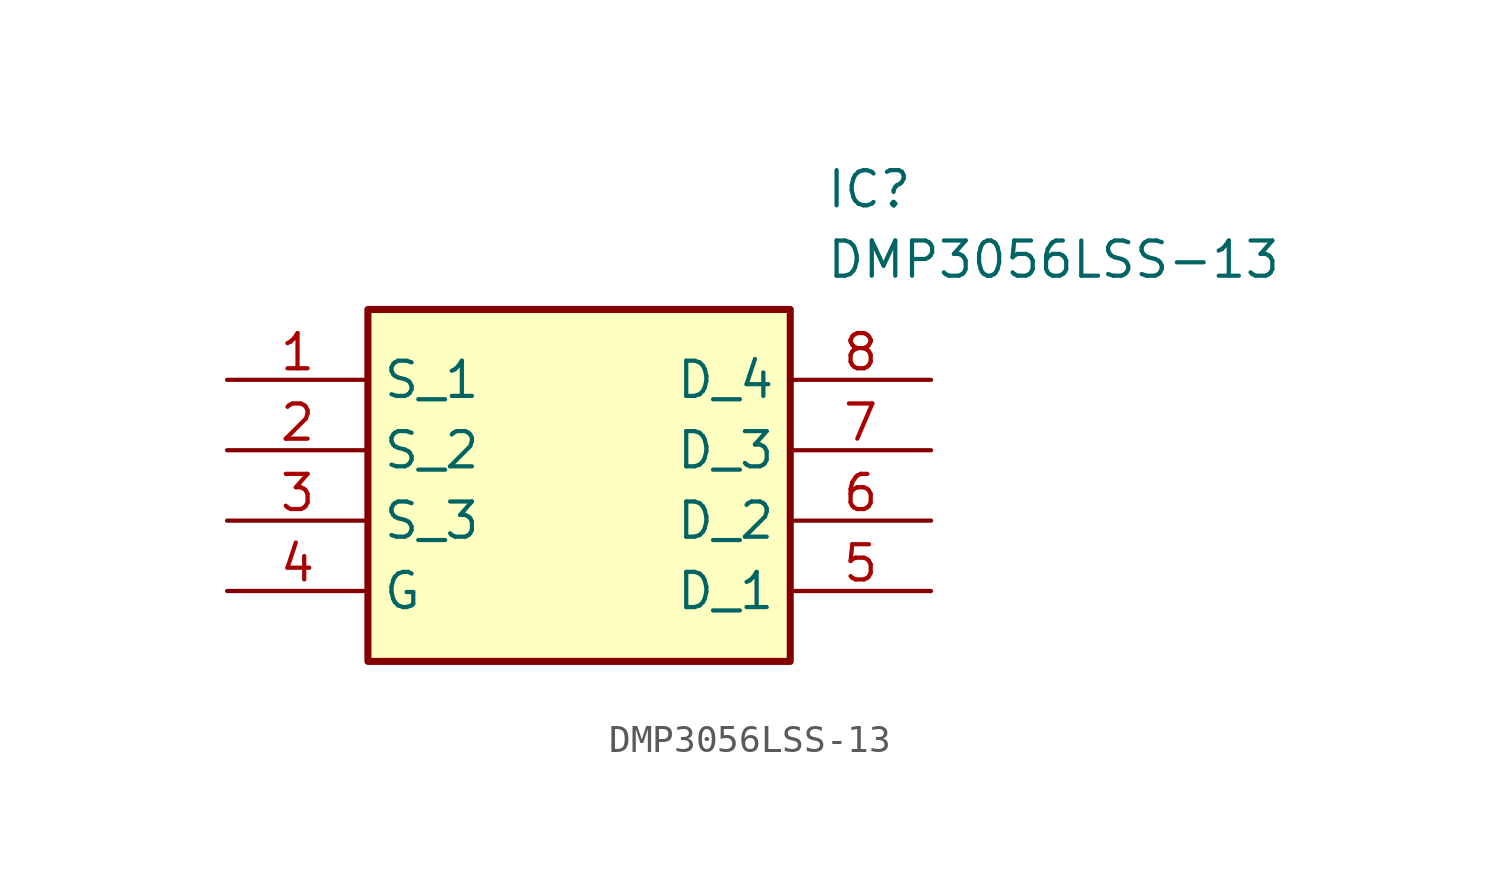
<source format=kicad_sym>
(kicad_symbol_lib
  (version 20211014)
  (generator SamacSys_ECAD_Model)
  (symbol "DMP3056LSS-13"
    (property "Reference" "IC"
      (at 21.59 7.62 0)
      (effects (font (size 1.27 1.27)) (justify left top)))
    (property "Value" "DMP3056LSS-13"
      (at 21.59 5.08 0)
      (effects (font (size 1.27 1.27)) (justify left top)))
    (rectangle
      (start 5.08 2.54)
      (end 20.32 -10.16)
      (stroke (width 0.254) (type default))
      (fill (type background)))
    (pin passive line
      (at 0 0 0)
      (length 5.08)
      (name "S_1" (effects (font (size 1.27 1.27))))
      (number "1" (effects (font (size 1.27 1.27)))))
    (pin passive line
      (at 0 -2.54 0)
      (length 5.08)
      (name "S_2" (effects (font (size 1.27 1.27))))
      (number "2" (effects (font (size 1.27 1.27)))))
    (pin passive line
      (at 0 -5.08 0)
      (length 5.08)
      (name "S_3" (effects (font (size 1.27 1.27))))
      (number "3" (effects (font (size 1.27 1.27)))))
    (pin passive line
      (at 0 -7.62 0)
      (length 5.08)
      (name "G" (effects (font (size 1.27 1.27))))
      (number "4" (effects (font (size 1.27 1.27)))))
    (pin passive line
      (at 25.4 0 180)
      (length 5.08)
      (name "D_4" (effects (font (size 1.27 1.27))))
      (number "8" (effects (font (size 1.27 1.27)))))
    (pin passive line
      (at 25.4 -2.54 180)
      (length 5.08)
      (name "D_3" (effects (font (size 1.27 1.27))))
      (number "7" (effects (font (size 1.27 1.27)))))
    (pin passive line
      (at 25.4 -5.08 180)
      (length 5.08)
      (name "D_2" (effects (font (size 1.27 1.27))))
      (number "6" (effects (font (size 1.27 1.27)))))
    (pin passive line
      (at 25.4 -7.62 180)
      (length 5.08)
      (name "D_1" (effects (font (size 1.27 1.27))))
      (number "5" (effects (font (size 1.27 1.27)))))))
</source>
